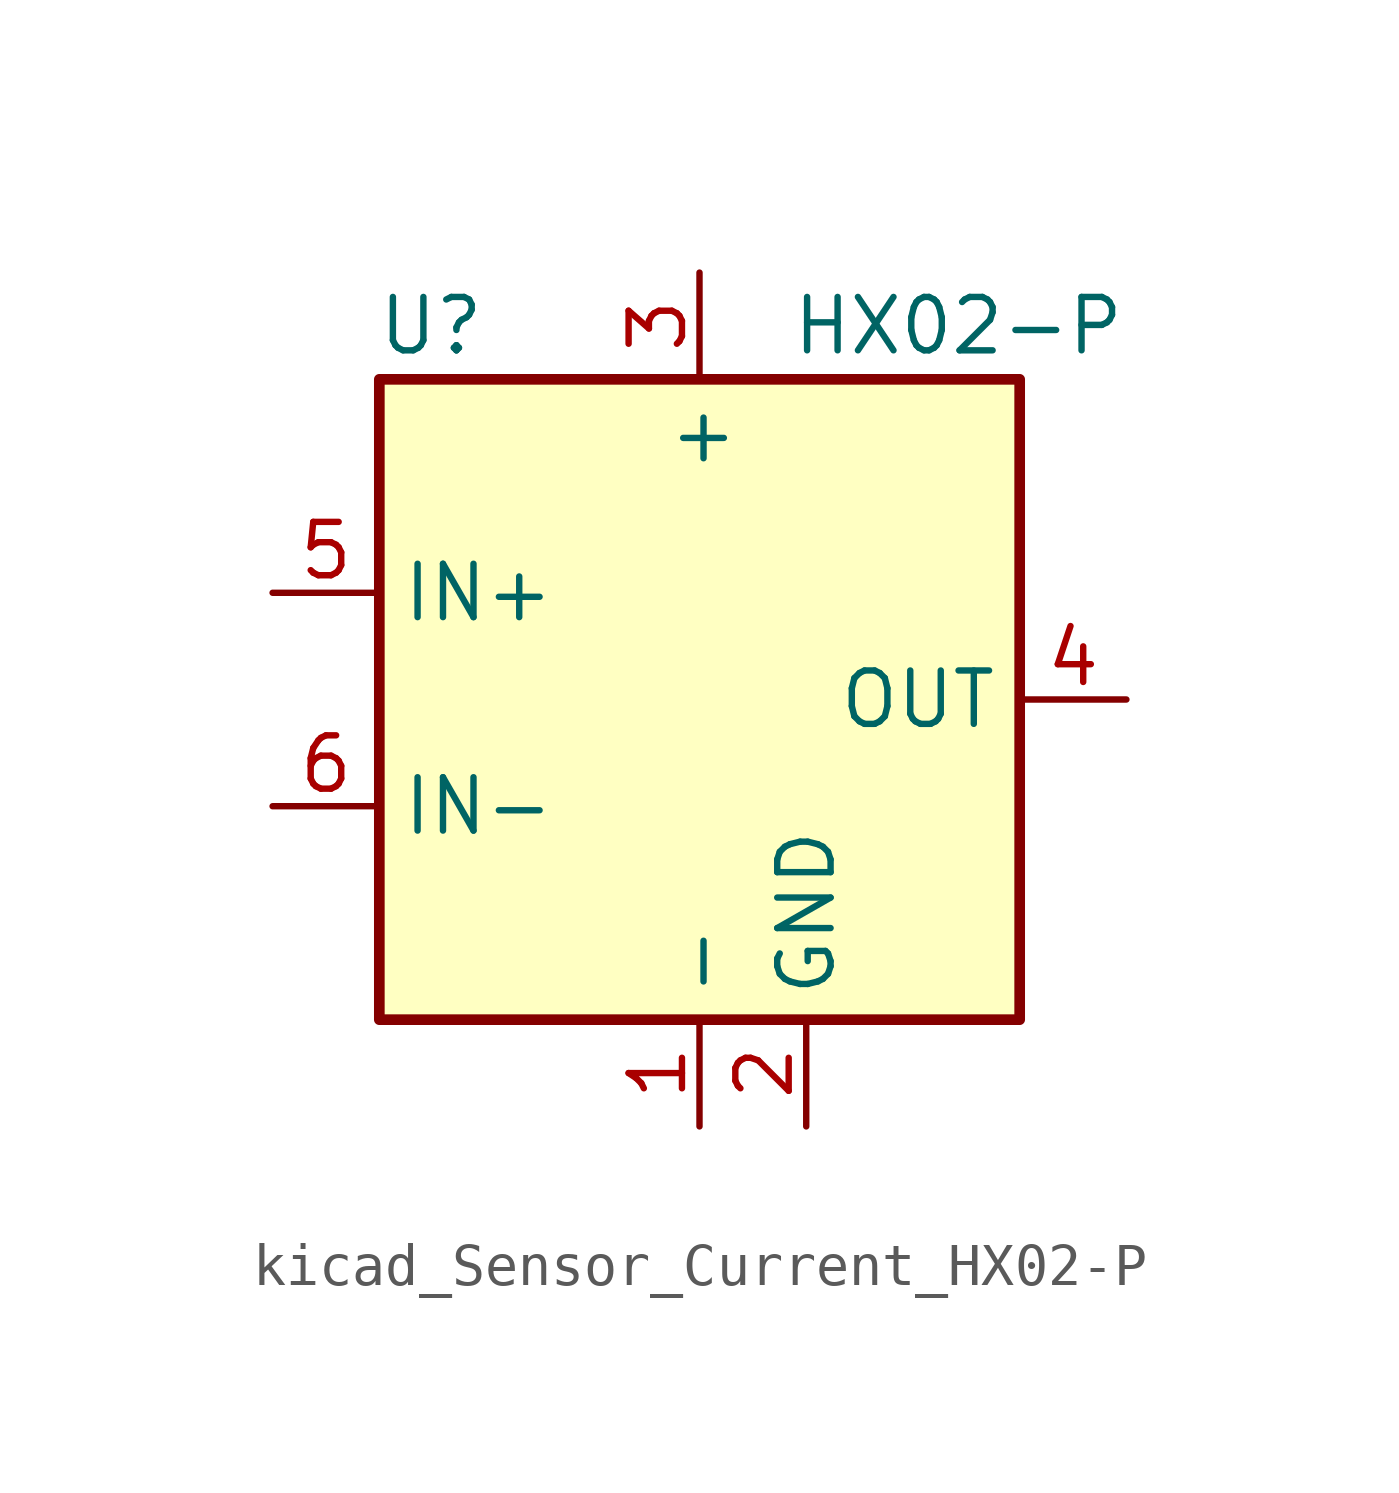
<source format=kicad_sym>
(kicad_symbol_lib
  (version 20220914)
  (generator kicad_symbol_editor)
  (symbol "kicad_Sensor_Current_HX02-P"
    (property "Reference" "U"
      (at -5.08 8.89 0)
      (effects (font (size 1.27 1.27)) (justify right)))
    (property "Value" "HX02-P"
      (at 10.16 8.89 0)
      (effects (font (size 1.27 1.27)) (justify right)))
    (symbol "kicad_Sensor_Current_HX02-P_0_1"
      (rectangle (start -7.62 7.62) (end 7.62 -7.62) (stroke (width 0.254) (type default)) (fill (type background))))
    (symbol "kicad_Sensor_Current_HX02-P_1_1"
      (pin power_in line (at 0 -10.16 90) (length 2.54) (name "-" (effects (font (size 1.27 1.27)))) (number "1" (effects (font (size 1.27 1.27)))))
      (pin power_in line (at 2.54 -10.16 90) (length 2.54) (name "GND" (effects (font (size 1.27 1.27)))) (number "2" (effects (font (size 1.27 1.27)))))
      (pin power_in line (at 0 10.16 270) (length 2.54) (name "+" (effects (font (size 1.27 1.27)))) (number "3" (effects (font (size 1.27 1.27)))))
      (pin output line (at 10.16 0 180) (length 2.54) (name "OUT" (effects (font (size 1.27 1.27)))) (number "4" (effects (font (size 1.27 1.27)))))
      (pin passive line (at -10.16 2.54 0) (length 2.54) (name "IN+" (effects (font (size 1.27 1.27)))) (number "5" (effects (font (size 1.27 1.27)))))
      (pin passive line (at -10.16 -2.54 0) (length 2.54) (name "IN-" (effects (font (size 1.27 1.27)))) (number "6" (effects (font (size 1.27 1.27))))))))
</source>
